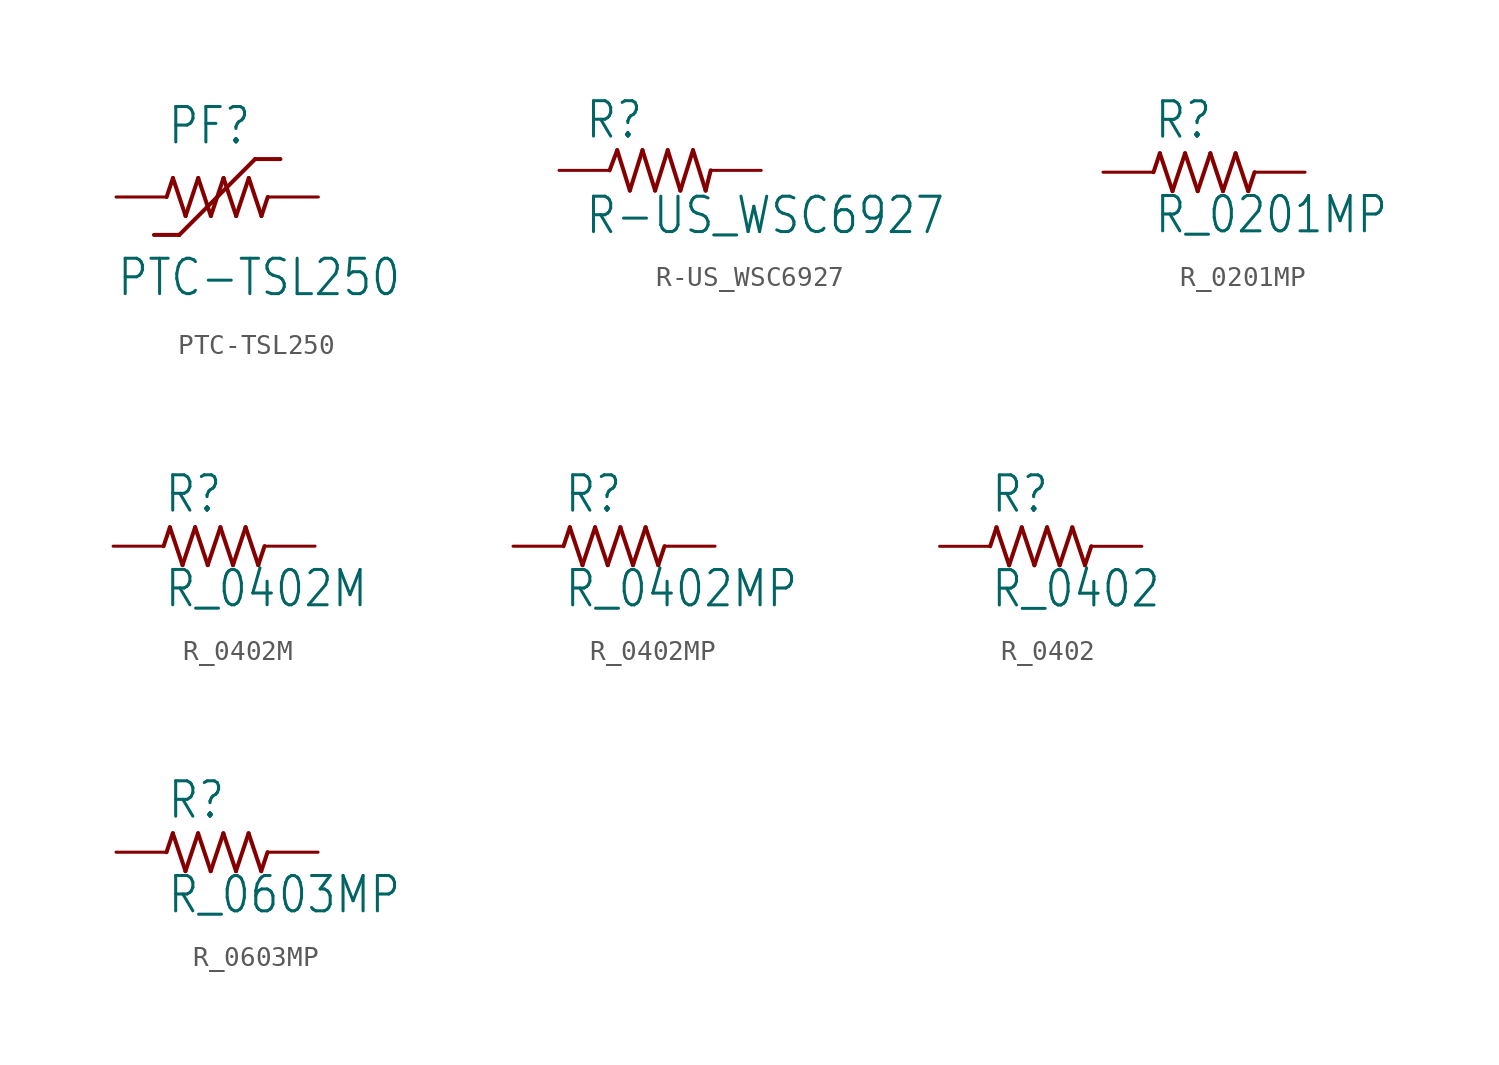
<source format=kicad_sym>
(kicad_symbol_lib
  (version 20211014)
  (generator kicad_symbol_editor)
  (symbol "PTC-TSL250"
    (property "Reference" "PF"
      (at -2.54 2.54 0)
      (effects (font (size 1.778 1.511)) (justify left bottom)))
    (property "Value" "PTC-TSL250"
      (at -5.08 -5.08 0)
      (effects (font (size 1.778 1.511)) (justify left bottom)))
    (property "ki_locked" ""
      (at 0 0 0)
      (effects (font (size 1.27 1.27))))
    (symbol "PTC-TSL250_1_0"
      (polyline (pts (xy -2.54 0) (xy -2.223 0.953)) (stroke (width 0.203) (type default) (color 0 0 0 0)) (fill (type none)))
      (polyline (pts (xy -2.223 0.953) (xy -1.587 -0.953)) (stroke (width 0.203) (type default) (color 0 0 0 0)) (fill (type none)))
      (polyline (pts (xy -1.905 -1.905) (xy -3.175 -1.905)) (stroke (width 0.203) (type default) (color 0 0 0 0)) (fill (type none)))
      (polyline (pts (xy -1.587 -0.953) (xy -0.953 0.953)) (stroke (width 0.203) (type default) (color 0 0 0 0)) (fill (type none)))
      (polyline (pts (xy -0.953 0.953) (xy -0.318 -0.953)) (stroke (width 0.203) (type default) (color 0 0 0 0)) (fill (type none)))
      (polyline (pts (xy -0.318 -0.953) (xy 0.318 0.953)) (stroke (width 0.203) (type default) (color 0 0 0 0)) (fill (type none)))
      (polyline (pts (xy 0.318 0.953) (xy 0.953 -0.953)) (stroke (width 0.203) (type default) (color 0 0 0 0)) (fill (type none)))
      (polyline (pts (xy 0.953 -0.953) (xy 1.587 0.953)) (stroke (width 0.203) (type default) (color 0 0 0 0)) (fill (type none)))
      (polyline (pts (xy 1.587 0.953) (xy 2.223 -0.953)) (stroke (width 0.203) (type default) (color 0 0 0 0)) (fill (type none)))
      (polyline (pts (xy 1.905 1.905) (xy -1.905 -1.905)) (stroke (width 0.203) (type default) (color 0 0 0 0)) (fill (type none)))
      (polyline (pts (xy 2.223 -0.953) (xy 2.54 0)) (stroke (width 0.203) (type default) (color 0 0 0 0)) (fill (type none)))
      (polyline (pts (xy 3.175 1.905) (xy 1.905 1.905)) (stroke (width 0.203) (type default) (color 0 0 0 0)) (fill (type none)))
      (pin passive line (at 5.08 0 180) (length 2.54) (name "2" (effects (font (size 0 0)))) (number "1" (effects (font (size 0 0)))))
      (pin passive line (at -5.08 0 0) (length 2.54) (name "1" (effects (font (size 0 0)))) (number "2" (effects (font (size 0 0)))))))
  (symbol "R-US_WSC6927"
    (property "Reference" "R"
      (at -3.81 1.499 0)
      (effects (font (size 1.778 1.511)) (justify left bottom)))
    (property "Value" "R-US_WSC6927"
      (at -3.81 -3.302 0)
      (effects (font (size 1.778 1.511)) (justify left bottom)))
    (property "ki_locked" ""
      (at 0 0 0)
      (effects (font (size 1.27 1.27))))
    (symbol "R-US_WSC6927_1_0"
      (polyline (pts (xy -2.54 0) (xy -2.159 1.016)) (stroke (width 0.203) (type default) (color 0 0 0 0)) (fill (type none)))
      (polyline (pts (xy -2.159 1.016) (xy -1.524 -1.016)) (stroke (width 0.203) (type default) (color 0 0 0 0)) (fill (type none)))
      (polyline (pts (xy -1.524 -1.016) (xy -0.889 1.016)) (stroke (width 0.203) (type default) (color 0 0 0 0)) (fill (type none)))
      (polyline (pts (xy -0.889 1.016) (xy -0.254 -1.016)) (stroke (width 0.203) (type default) (color 0 0 0 0)) (fill (type none)))
      (polyline (pts (xy -0.254 -1.016) (xy 0.381 1.016)) (stroke (width 0.203) (type default) (color 0 0 0 0)) (fill (type none)))
      (polyline (pts (xy 0.381 1.016) (xy 1.016 -1.016)) (stroke (width 0.203) (type default) (color 0 0 0 0)) (fill (type none)))
      (polyline (pts (xy 1.016 -1.016) (xy 1.651 1.016)) (stroke (width 0.203) (type default) (color 0 0 0 0)) (fill (type none)))
      (polyline (pts (xy 1.651 1.016) (xy 2.286 -1.016)) (stroke (width 0.203) (type default) (color 0 0 0 0)) (fill (type none)))
      (polyline (pts (xy 2.286 -1.016) (xy 2.54 0)) (stroke (width 0.203) (type default) (color 0 0 0 0)) (fill (type none)))
      (pin passive line (at -5.08 0 0) (length 2.54) (name "1" (effects (font (size 0 0)))) (number "1" (effects (font (size 0 0)))))
      (pin passive line (at 5.08 0 180) (length 2.54) (name "2" (effects (font (size 0 0)))) (number "2" (effects (font (size 0 0)))))))
  (symbol "R_0201MP"
    (property "Reference" "R"
      (at -2.54 1.587 0)
      (effects (font (size 1.778 1.511)) (justify left bottom)))
    (property "Value" "R_0201MP"
      (at -2.54 -3.175 0)
      (effects (font (size 1.778 1.511)) (justify left bottom)))
    (property "ki_locked" ""
      (at 0 0 0)
      (effects (font (size 1.27 1.27))))
    (symbol "R_0201MP_1_0"
      (polyline (pts (xy -2.54 0) (xy -2.223 0.953)) (stroke (width 0.203) (type default) (color 0 0 0 0)) (fill (type none)))
      (polyline (pts (xy -2.223 0.953) (xy -1.587 -0.953)) (stroke (width 0.203) (type default) (color 0 0 0 0)) (fill (type none)))
      (polyline (pts (xy -1.587 -0.953) (xy -0.953 0.953)) (stroke (width 0.203) (type default) (color 0 0 0 0)) (fill (type none)))
      (polyline (pts (xy -0.953 0.953) (xy -0.318 -0.953)) (stroke (width 0.203) (type default) (color 0 0 0 0)) (fill (type none)))
      (polyline (pts (xy -0.318 -0.953) (xy 0.318 0.953)) (stroke (width 0.203) (type default) (color 0 0 0 0)) (fill (type none)))
      (polyline (pts (xy 0.318 0.953) (xy 0.953 -0.953)) (stroke (width 0.203) (type default) (color 0 0 0 0)) (fill (type none)))
      (polyline (pts (xy 0.953 -0.953) (xy 1.587 0.953)) (stroke (width 0.203) (type default) (color 0 0 0 0)) (fill (type none)))
      (polyline (pts (xy 1.587 0.953) (xy 2.223 -0.953)) (stroke (width 0.203) (type default) (color 0 0 0 0)) (fill (type none)))
      (polyline (pts (xy 2.223 -0.953) (xy 2.54 0)) (stroke (width 0.203) (type default) (color 0 0 0 0)) (fill (type none)))
      (pin passive line (at -5.08 0 0) (length 2.54) (name "1" (effects (font (size 0 0)))) (number "1" (effects (font (size 0 0)))))
      (pin passive line (at 5.08 0 180) (length 2.54) (name "2" (effects (font (size 0 0)))) (number "2" (effects (font (size 0 0)))))))
  (symbol "R_0402M"
    (property "Reference" "R"
      (at -2.54 1.587 0)
      (effects (font (size 1.778 1.511)) (justify left bottom)))
    (property "Value" "R_0402M"
      (at -2.54 -3.175 0)
      (effects (font (size 1.778 1.511)) (justify left bottom)))
    (property "ki_locked" ""
      (at 0 0 0)
      (effects (font (size 1.27 1.27))))
    (symbol "R_0402M_1_0"
      (polyline (pts (xy -2.54 0) (xy -2.223 0.953)) (stroke (width 0.203) (type default) (color 0 0 0 0)) (fill (type none)))
      (polyline (pts (xy -2.223 0.953) (xy -1.587 -0.953)) (stroke (width 0.203) (type default) (color 0 0 0 0)) (fill (type none)))
      (polyline (pts (xy -1.587 -0.953) (xy -0.953 0.953)) (stroke (width 0.203) (type default) (color 0 0 0 0)) (fill (type none)))
      (polyline (pts (xy -0.953 0.953) (xy -0.318 -0.953)) (stroke (width 0.203) (type default) (color 0 0 0 0)) (fill (type none)))
      (polyline (pts (xy -0.318 -0.953) (xy 0.318 0.953)) (stroke (width 0.203) (type default) (color 0 0 0 0)) (fill (type none)))
      (polyline (pts (xy 0.318 0.953) (xy 0.953 -0.953)) (stroke (width 0.203) (type default) (color 0 0 0 0)) (fill (type none)))
      (polyline (pts (xy 0.953 -0.953) (xy 1.587 0.953)) (stroke (width 0.203) (type default) (color 0 0 0 0)) (fill (type none)))
      (polyline (pts (xy 1.587 0.953) (xy 2.223 -0.953)) (stroke (width 0.203) (type default) (color 0 0 0 0)) (fill (type none)))
      (polyline (pts (xy 2.223 -0.953) (xy 2.54 0)) (stroke (width 0.203) (type default) (color 0 0 0 0)) (fill (type none)))
      (pin passive line (at -5.08 0 0) (length 2.54) (name "1" (effects (font (size 0 0)))) (number "1" (effects (font (size 0 0)))))
      (pin passive line (at 5.08 0 180) (length 2.54) (name "2" (effects (font (size 0 0)))) (number "2" (effects (font (size 0 0)))))))
  (symbol "R_0402MP"
    (property "Reference" "R"
      (at -2.54 1.587 0)
      (effects (font (size 1.778 1.511)) (justify left bottom)))
    (property "Value" "R_0402MP"
      (at -2.54 -3.175 0)
      (effects (font (size 1.778 1.511)) (justify left bottom)))
    (property "ki_locked" ""
      (at 0 0 0)
      (effects (font (size 1.27 1.27))))
    (symbol "R_0402MP_1_0"
      (polyline (pts (xy -2.54 0) (xy -2.223 0.953)) (stroke (width 0.203) (type default) (color 0 0 0 0)) (fill (type none)))
      (polyline (pts (xy -2.223 0.953) (xy -1.587 -0.953)) (stroke (width 0.203) (type default) (color 0 0 0 0)) (fill (type none)))
      (polyline (pts (xy -1.587 -0.953) (xy -0.953 0.953)) (stroke (width 0.203) (type default) (color 0 0 0 0)) (fill (type none)))
      (polyline (pts (xy -0.953 0.953) (xy -0.318 -0.953)) (stroke (width 0.203) (type default) (color 0 0 0 0)) (fill (type none)))
      (polyline (pts (xy -0.318 -0.953) (xy 0.318 0.953)) (stroke (width 0.203) (type default) (color 0 0 0 0)) (fill (type none)))
      (polyline (pts (xy 0.318 0.953) (xy 0.953 -0.953)) (stroke (width 0.203) (type default) (color 0 0 0 0)) (fill (type none)))
      (polyline (pts (xy 0.953 -0.953) (xy 1.587 0.953)) (stroke (width 0.203) (type default) (color 0 0 0 0)) (fill (type none)))
      (polyline (pts (xy 1.587 0.953) (xy 2.223 -0.953)) (stroke (width 0.203) (type default) (color 0 0 0 0)) (fill (type none)))
      (polyline (pts (xy 2.223 -0.953) (xy 2.54 0)) (stroke (width 0.203) (type default) (color 0 0 0 0)) (fill (type none)))
      (pin passive line (at -5.08 0 0) (length 2.54) (name "1" (effects (font (size 0 0)))) (number "1" (effects (font (size 0 0)))))
      (pin passive line (at 5.08 0 180) (length 2.54) (name "2" (effects (font (size 0 0)))) (number "2" (effects (font (size 0 0)))))))
  (symbol "R_0402"
    (property "Reference" "R"
      (at -2.54 1.587 0)
      (effects (font (size 1.778 1.511)) (justify left bottom)))
    (property "Value" "R_0402"
      (at -2.54 -3.175 0)
      (effects (font (size 1.778 1.511)) (justify left bottom)))
    (property "ki_locked" ""
      (at 0 0 0)
      (effects (font (size 1.27 1.27))))
    (symbol "R_0402_1_0"
      (polyline (pts (xy -2.54 0) (xy -2.223 0.953)) (stroke (width 0.203) (type default) (color 0 0 0 0)) (fill (type none)))
      (polyline (pts (xy -2.223 0.953) (xy -1.587 -0.953)) (stroke (width 0.203) (type default) (color 0 0 0 0)) (fill (type none)))
      (polyline (pts (xy -1.587 -0.953) (xy -0.953 0.953)) (stroke (width 0.203) (type default) (color 0 0 0 0)) (fill (type none)))
      (polyline (pts (xy -0.953 0.953) (xy -0.318 -0.953)) (stroke (width 0.203) (type default) (color 0 0 0 0)) (fill (type none)))
      (polyline (pts (xy -0.318 -0.953) (xy 0.318 0.953)) (stroke (width 0.203) (type default) (color 0 0 0 0)) (fill (type none)))
      (polyline (pts (xy 0.318 0.953) (xy 0.953 -0.953)) (stroke (width 0.203) (type default) (color 0 0 0 0)) (fill (type none)))
      (polyline (pts (xy 0.953 -0.953) (xy 1.587 0.953)) (stroke (width 0.203) (type default) (color 0 0 0 0)) (fill (type none)))
      (polyline (pts (xy 1.587 0.953) (xy 2.223 -0.953)) (stroke (width 0.203) (type default) (color 0 0 0 0)) (fill (type none)))
      (polyline (pts (xy 2.223 -0.953) (xy 2.54 0)) (stroke (width 0.203) (type default) (color 0 0 0 0)) (fill (type none)))
      (pin passive line (at -5.08 0 0) (length 2.54) (name "1" (effects (font (size 0 0)))) (number "1" (effects (font (size 0 0)))))
      (pin passive line (at 5.08 0 180) (length 2.54) (name "2" (effects (font (size 0 0)))) (number "2" (effects (font (size 0 0)))))))
  (symbol "R_0603MP"
    (property "Reference" "R"
      (at -2.54 1.587 0)
      (effects (font (size 1.778 1.511)) (justify left bottom)))
    (property "Value" "R_0603MP"
      (at -2.54 -3.175 0)
      (effects (font (size 1.778 1.511)) (justify left bottom)))
    (property "ki_locked" ""
      (at 0 0 0)
      (effects (font (size 1.27 1.27))))
    (symbol "R_0603MP_1_0"
      (polyline (pts (xy -2.54 0) (xy -2.223 0.953)) (stroke (width 0.203) (type default) (color 0 0 0 0)) (fill (type none)))
      (polyline (pts (xy -2.223 0.953) (xy -1.587 -0.953)) (stroke (width 0.203) (type default) (color 0 0 0 0)) (fill (type none)))
      (polyline (pts (xy -1.587 -0.953) (xy -0.953 0.953)) (stroke (width 0.203) (type default) (color 0 0 0 0)) (fill (type none)))
      (polyline (pts (xy -0.953 0.953) (xy -0.318 -0.953)) (stroke (width 0.203) (type default) (color 0 0 0 0)) (fill (type none)))
      (polyline (pts (xy -0.318 -0.953) (xy 0.318 0.953)) (stroke (width 0.203) (type default) (color 0 0 0 0)) (fill (type none)))
      (polyline (pts (xy 0.318 0.953) (xy 0.953 -0.953)) (stroke (width 0.203) (type default) (color 0 0 0 0)) (fill (type none)))
      (polyline (pts (xy 0.953 -0.953) (xy 1.587 0.953)) (stroke (width 0.203) (type default) (color 0 0 0 0)) (fill (type none)))
      (polyline (pts (xy 1.587 0.953) (xy 2.223 -0.953)) (stroke (width 0.203) (type default) (color 0 0 0 0)) (fill (type none)))
      (polyline (pts (xy 2.223 -0.953) (xy 2.54 0)) (stroke (width 0.203) (type default) (color 0 0 0 0)) (fill (type none)))
      (pin passive line (at -5.08 0 0) (length 2.54) (name "1" (effects (font (size 0 0)))) (number "1" (effects (font (size 0 0)))))
      (pin passive line (at 5.08 0 180) (length 2.54) (name "2" (effects (font (size 0 0)))) (number "2" (effects (font (size 0 0))))))))
</source>
